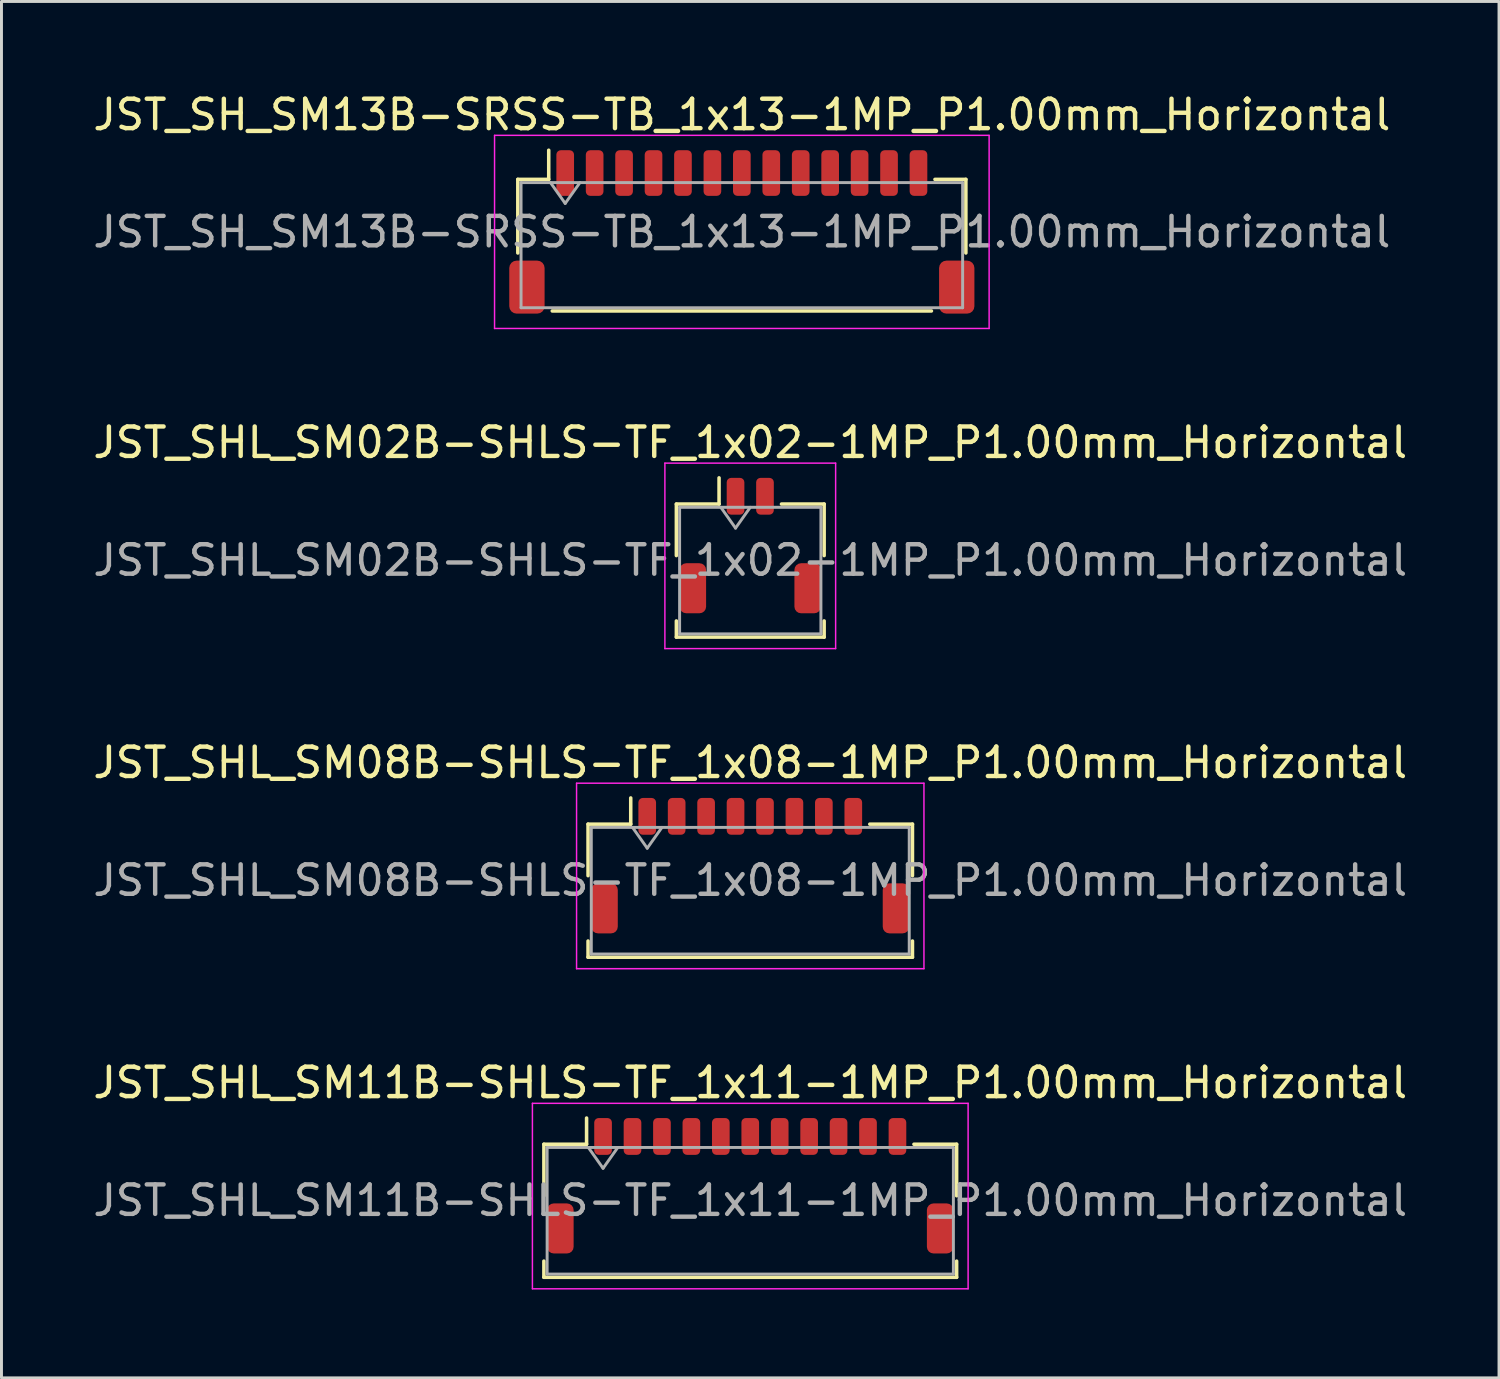
<source format=kicad_pcb>
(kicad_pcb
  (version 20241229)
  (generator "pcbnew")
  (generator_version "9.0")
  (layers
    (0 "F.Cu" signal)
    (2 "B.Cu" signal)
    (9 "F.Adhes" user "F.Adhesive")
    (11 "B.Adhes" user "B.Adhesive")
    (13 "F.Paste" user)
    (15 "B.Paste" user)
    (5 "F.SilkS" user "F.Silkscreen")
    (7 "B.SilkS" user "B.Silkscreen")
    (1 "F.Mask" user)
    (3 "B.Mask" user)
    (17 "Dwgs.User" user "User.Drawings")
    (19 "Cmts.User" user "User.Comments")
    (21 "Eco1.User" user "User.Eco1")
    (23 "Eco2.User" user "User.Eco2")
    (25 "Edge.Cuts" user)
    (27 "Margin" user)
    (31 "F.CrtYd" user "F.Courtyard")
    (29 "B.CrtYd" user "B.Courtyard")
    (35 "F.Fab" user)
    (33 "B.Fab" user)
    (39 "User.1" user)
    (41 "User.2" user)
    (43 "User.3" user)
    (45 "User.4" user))
  (footprint "JST_SHL_SM02B-SHLS-TF_1x02-1MP_P1.00mm_Horizontal"
    (layer "F.Cu")
    (at 22.435 15.482)
    (property "Reference" "JST_SHL_SM02B-SHLS-TF_1x02-1MP_P1.00mm_Horizontal" (at 0 -3.5 0) (layer "F.SilkS") (effects (font (size 1 1) (thickness 0.15))))
    (attr smd)
    (fp_line (start -2.51 -1.41) (end -1.06 -1.41) (stroke (width 0.12) (type solid)) (layer "F.SilkS"))
    (fp_line (start -2.51 0.34) (end -2.51 -1.41) (stroke (width 0.12) (type solid)) (layer "F.SilkS"))
    (fp_line (start -2.51 2.56) (end -2.51 3.11) (stroke (width 0.12) (type solid)) (layer "F.SilkS"))
    (fp_line (start -2.51 3.11) (end 2.51 3.11) (stroke (width 0.12) (type solid)) (layer "F.SilkS"))
    (fp_line (start -1.06 -1.41) (end -1.06 -2.3) (stroke (width 0.12) (type solid)) (layer "F.SilkS"))
    (fp_line (start 2.51 -1.41) (end 1.06 -1.41) (stroke (width 0.12) (type solid)) (layer "F.SilkS"))
    (fp_line (start 2.51 0.34) (end 2.51 -1.41) (stroke (width 0.12) (type solid)) (layer "F.SilkS"))
    (fp_line (start 2.51 3.11) (end 2.51 2.56) (stroke (width 0.12) (type solid)) (layer "F.SilkS"))
    (fp_line (start -2.9 -2.8) (end -2.9 3.5) (stroke (width 0.05) (type solid)) (layer "F.CrtYd"))
    (fp_line (start -2.9 3.5) (end 2.9 3.5) (stroke (width 0.05) (type solid)) (layer "F.CrtYd"))
    (fp_line (start 2.9 -2.8) (end -2.9 -2.8) (stroke (width 0.05) (type solid)) (layer "F.CrtYd"))
    (fp_line (start 2.9 3.5) (end 2.9 -2.8) (stroke (width 0.05) (type solid)) (layer "F.CrtYd"))
    (fp_line (start -2.4 -1.3) (end -2.4 3) (stroke (width 0.1) (type solid)) (layer "F.Fab"))
    (fp_line (start -2.4 -1.3) (end 2.4 -1.3) (stroke (width 0.1) (type solid)) (layer "F.Fab"))
    (fp_line (start -2.4 3) (end 2.4 3) (stroke (width 0.1) (type solid)) (layer "F.Fab"))
    (fp_line (start -1 -1.3) (end -0.5 -0.593) (stroke (width 0.1) (type solid)) (layer "F.Fab"))
    (fp_line (start -0.5 -0.593) (end 0 -1.3) (stroke (width 0.1) (type solid)) (layer "F.Fab"))
    (fp_line (start 2.4 -1.3) (end 2.4 3) (stroke (width 0.1) (type solid)) (layer "F.Fab"))
    (fp_text user "${REFERENCE}" (at 0 0.5 0) (layer "F.Fab") (effects (font (size 1 1) (thickness 0.15))))
    (pad "1" smd roundrect (at -0.5 -1.675) (size 0.6 1.25) (layers "F.Cu" "F.Mask" "F.Paste") (roundrect_rratio 0.25))
    (pad "2" smd roundrect (at 0.5 -1.675) (size 0.6 1.25) (layers "F.Cu" "F.Mask" "F.Paste") (roundrect_rratio 0.25))
    (pad "MP" smd roundrect (at -1.95 1.45) (size 0.9 1.7) (layers "F.Cu" "F.Mask" "F.Paste") (roundrect_rratio 0.25))
    (pad "MP" smd roundrect (at 1.95 1.45) (size 0.9 1.7) (layers "F.Cu" "F.Mask" "F.Paste") (roundrect_rratio 0.25)))
  (footprint "JST_SHL_SM11B-SHLS-TF_1x11-1MP_P1.00mm_Horizontal"
    (layer "F.Cu")
    (at 22.435 37.228)
    (property "Reference" "JST_SHL_SM11B-SHLS-TF_1x11-1MP_P1.00mm_Horizontal" (at 0 -3.5 0) (layer "F.SilkS") (effects (font (size 1 1) (thickness 0.15))))
    (attr smd)
    (fp_line (start -7.01 -1.41) (end -5.56 -1.41) (stroke (width 0.12) (type solid)) (layer "F.SilkS"))
    (fp_line (start -7.01 0.34) (end -7.01 -1.41) (stroke (width 0.12) (type solid)) (layer "F.SilkS"))
    (fp_line (start -7.01 2.56) (end -7.01 3.11) (stroke (width 0.12) (type solid)) (layer "F.SilkS"))
    (fp_line (start -7.01 3.11) (end 7.01 3.11) (stroke (width 0.12) (type solid)) (layer "F.SilkS"))
    (fp_line (start -5.56 -1.41) (end -5.56 -2.3) (stroke (width 0.12) (type solid)) (layer "F.SilkS"))
    (fp_line (start 7.01 -1.41) (end 5.56 -1.41) (stroke (width 0.12) (type solid)) (layer "F.SilkS"))
    (fp_line (start 7.01 0.34) (end 7.01 -1.41) (stroke (width 0.12) (type solid)) (layer "F.SilkS"))
    (fp_line (start 7.01 3.11) (end 7.01 2.56) (stroke (width 0.12) (type solid)) (layer "F.SilkS"))
    (fp_line (start -7.4 -2.8) (end -7.4 3.5) (stroke (width 0.05) (type solid)) (layer "F.CrtYd"))
    (fp_line (start -7.4 3.5) (end 7.4 3.5) (stroke (width 0.05) (type solid)) (layer "F.CrtYd"))
    (fp_line (start 7.4 -2.8) (end -7.4 -2.8) (stroke (width 0.05) (type solid)) (layer "F.CrtYd"))
    (fp_line (start 7.4 3.5) (end 7.4 -2.8) (stroke (width 0.05) (type solid)) (layer "F.CrtYd"))
    (fp_line (start -6.9 -1.3) (end -6.9 3) (stroke (width 0.1) (type solid)) (layer "F.Fab"))
    (fp_line (start -6.9 -1.3) (end 6.9 -1.3) (stroke (width 0.1) (type solid)) (layer "F.Fab"))
    (fp_line (start -6.9 3) (end 6.9 3) (stroke (width 0.1) (type solid)) (layer "F.Fab"))
    (fp_line (start -5.5 -1.3) (end -5 -0.593) (stroke (width 0.1) (type solid)) (layer "F.Fab"))
    (fp_line (start -5 -0.593) (end -4.5 -1.3) (stroke (width 0.1) (type solid)) (layer "F.Fab"))
    (fp_line (start 6.9 -1.3) (end 6.9 3) (stroke (width 0.1) (type solid)) (layer "F.Fab"))
    (fp_text user "${REFERENCE}" (at 0 0.5 0) (layer "F.Fab") (effects (font (size 1 1) (thickness 0.15))))
    (pad "1" smd roundrect (at -5 -1.675) (size 0.6 1.25) (layers "F.Cu" "F.Mask" "F.Paste") (roundrect_rratio 0.25))
    (pad "2" smd roundrect (at -4 -1.675) (size 0.6 1.25) (layers "F.Cu" "F.Mask" "F.Paste") (roundrect_rratio 0.25))
    (pad "3" smd roundrect (at -3 -1.675) (size 0.6 1.25) (layers "F.Cu" "F.Mask" "F.Paste") (roundrect_rratio 0.25))
    (pad "4" smd roundrect (at -2 -1.675) (size 0.6 1.25) (layers "F.Cu" "F.Mask" "F.Paste") (roundrect_rratio 0.25))
    (pad "5" smd roundrect (at -1 -1.675) (size 0.6 1.25) (layers "F.Cu" "F.Mask" "F.Paste") (roundrect_rratio 0.25))
    (pad "6" smd roundrect (at 0 -1.675) (size 0.6 1.25) (layers "F.Cu" "F.Mask" "F.Paste") (roundrect_rratio 0.25))
    (pad "7" smd roundrect (at 1 -1.675) (size 0.6 1.25) (layers "F.Cu" "F.Mask" "F.Paste") (roundrect_rratio 0.25))
    (pad "8" smd roundrect (at 2 -1.675) (size 0.6 1.25) (layers "F.Cu" "F.Mask" "F.Paste") (roundrect_rratio 0.25))
    (pad "9" smd roundrect (at 3 -1.675) (size 0.6 1.25) (layers "F.Cu" "F.Mask" "F.Paste") (roundrect_rratio 0.25))
    (pad "10" smd roundrect (at 4 -1.675) (size 0.6 1.25) (layers "F.Cu" "F.Mask" "F.Paste") (roundrect_rratio 0.25))
    (pad "11" smd roundrect (at 5 -1.675) (size 0.6 1.25) (layers "F.Cu" "F.Mask" "F.Paste") (roundrect_rratio 0.25))
    (pad "MP" smd roundrect (at -6.45 1.45) (size 0.9 1.7) (layers "F.Cu" "F.Mask" "F.Paste") (roundrect_rratio 0.25))
    (pad "MP" smd roundrect (at 6.45 1.45) (size 0.9 1.7) (layers "F.Cu" "F.Mask" "F.Paste") (roundrect_rratio 0.25)))
  (footprint "JST_SH_SM13B-SRSS-TB_1x13-1MP_P1.00mm_Horizontal"
    (layer "F.Cu")
    (at 22.149 4.828)
    (property "Reference" "JST_SH_SM13B-SRSS-TB_1x13-1MP_P1.00mm_Horizontal" (at 0 -3.98 0) (layer "F.SilkS") (effects (font (size 1 1) (thickness 0.15))))
    (attr smd)
    (fp_line (start -7.61 -1.785) (end -6.56 -1.785) (stroke (width 0.12) (type solid)) (layer "F.SilkS"))
    (fp_line (start -7.61 0.715) (end -7.61 -1.785) (stroke (width 0.12) (type solid)) (layer "F.SilkS"))
    (fp_line (start -6.56 -1.785) (end -6.56 -2.775) (stroke (width 0.12) (type solid)) (layer "F.SilkS"))
    (fp_line (start -6.44 2.685) (end 6.44 2.685) (stroke (width 0.12) (type solid)) (layer "F.SilkS"))
    (fp_line (start 7.61 -1.785) (end 6.56 -1.785) (stroke (width 0.12) (type solid)) (layer "F.SilkS"))
    (fp_line (start 7.61 0.715) (end 7.61 -1.785) (stroke (width 0.12) (type solid)) (layer "F.SilkS"))
    (fp_line (start -8.4 -3.28) (end -8.4 3.28) (stroke (width 0.05) (type solid)) (layer "F.CrtYd"))
    (fp_line (start -8.4 3.28) (end 8.4 3.28) (stroke (width 0.05) (type solid)) (layer "F.CrtYd"))
    (fp_line (start 8.4 -3.28) (end -8.4 -3.28) (stroke (width 0.05) (type solid)) (layer "F.CrtYd"))
    (fp_line (start 8.4 3.28) (end 8.4 -3.28) (stroke (width 0.05) (type solid)) (layer "F.CrtYd"))
    (fp_line (start -7.5 -1.675) (end -7.5 2.575) (stroke (width 0.1) (type solid)) (layer "F.Fab"))
    (fp_line (start -7.5 -1.675) (end 7.5 -1.675) (stroke (width 0.1) (type solid)) (layer "F.Fab"))
    (fp_line (start -7.5 2.575) (end 7.5 2.575) (stroke (width 0.1) (type solid)) (layer "F.Fab"))
    (fp_line (start -6.5 -1.675) (end -6 -0.968) (stroke (width 0.1) (type solid)) (layer "F.Fab"))
    (fp_line (start -6 -0.968) (end -5.5 -1.675) (stroke (width 0.1) (type solid)) (layer "F.Fab"))
    (fp_line (start 7.5 -1.675) (end 7.5 2.575) (stroke (width 0.1) (type solid)) (layer "F.Fab"))
    (fp_text user "${REFERENCE}" (at 0 0 0) (layer "F.Fab") (effects (font (size 1 1) (thickness 0.15))))
    (pad "1" smd roundrect (at -6 -2) (size 0.6 1.55) (layers "F.Cu" "F.Mask" "F.Paste") (roundrect_rratio 0.25))
    (pad "2" smd roundrect (at -5 -2) (size 0.6 1.55) (layers "F.Cu" "F.Mask" "F.Paste") (roundrect_rratio 0.25))
    (pad "3" smd roundrect (at -4 -2) (size 0.6 1.55) (layers "F.Cu" "F.Mask" "F.Paste") (roundrect_rratio 0.25))
    (pad "4" smd roundrect (at -3 -2) (size 0.6 1.55) (layers "F.Cu" "F.Mask" "F.Paste") (roundrect_rratio 0.25))
    (pad "5" smd roundrect (at -2 -2) (size 0.6 1.55) (layers "F.Cu" "F.Mask" "F.Paste") (roundrect_rratio 0.25))
    (pad "6" smd roundrect (at -1 -2) (size 0.6 1.55) (layers "F.Cu" "F.Mask" "F.Paste") (roundrect_rratio 0.25))
    (pad "7" smd roundrect (at 0 -2) (size 0.6 1.55) (layers "F.Cu" "F.Mask" "F.Paste") (roundrect_rratio 0.25))
    (pad "8" smd roundrect (at 1 -2) (size 0.6 1.55) (layers "F.Cu" "F.Mask" "F.Paste") (roundrect_rratio 0.25))
    (pad "9" smd roundrect (at 2 -2) (size 0.6 1.55) (layers "F.Cu" "F.Mask" "F.Paste") (roundrect_rratio 0.25))
    (pad "10" smd roundrect (at 3 -2) (size 0.6 1.55) (layers "F.Cu" "F.Mask" "F.Paste") (roundrect_rratio 0.25))
    (pad "11" smd roundrect (at 4 -2) (size 0.6 1.55) (layers "F.Cu" "F.Mask" "F.Paste") (roundrect_rratio 0.25))
    (pad "12" smd roundrect (at 5 -2) (size 0.6 1.55) (layers "F.Cu" "F.Mask" "F.Paste") (roundrect_rratio 0.25))
    (pad "13" smd roundrect (at 6 -2) (size 0.6 1.55) (layers "F.Cu" "F.Mask" "F.Paste") (roundrect_rratio 0.25))
    (pad "MP" smd roundrect (at -7.3 1.875) (size 1.2 1.8) (layers "F.Cu" "F.Mask" "F.Paste") (roundrect_rratio 0.208))
    (pad "MP" smd roundrect (at 7.3 1.875) (size 1.2 1.8) (layers "F.Cu" "F.Mask" "F.Paste") (roundrect_rratio 0.208)))
  (footprint "JST_SHL_SM08B-SHLS-TF_1x08-1MP_P1.00mm_Horizontal"
    (layer "F.Cu")
    (at 22.435 26.355)
    (property "Reference" "JST_SHL_SM08B-SHLS-TF_1x08-1MP_P1.00mm_Horizontal" (at 0 -3.5 0) (layer "F.SilkS") (effects (font (size 1 1) (thickness 0.15))))
    (attr smd)
    (fp_line (start -5.51 -1.41) (end -4.06 -1.41) (stroke (width 0.12) (type solid)) (layer "F.SilkS"))
    (fp_line (start -5.51 0.34) (end -5.51 -1.41) (stroke (width 0.12) (type solid)) (layer "F.SilkS"))
    (fp_line (start -5.51 2.56) (end -5.51 3.11) (stroke (width 0.12) (type solid)) (layer "F.SilkS"))
    (fp_line (start -5.51 3.11) (end 5.51 3.11) (stroke (width 0.12) (type solid)) (layer "F.SilkS"))
    (fp_line (start -4.06 -1.41) (end -4.06 -2.3) (stroke (width 0.12) (type solid)) (layer "F.SilkS"))
    (fp_line (start 5.51 -1.41) (end 4.06 -1.41) (stroke (width 0.12) (type solid)) (layer "F.SilkS"))
    (fp_line (start 5.51 0.34) (end 5.51 -1.41) (stroke (width 0.12) (type solid)) (layer "F.SilkS"))
    (fp_line (start 5.51 3.11) (end 5.51 2.56) (stroke (width 0.12) (type solid)) (layer "F.SilkS"))
    (fp_line (start -5.9 -2.8) (end -5.9 3.5) (stroke (width 0.05) (type solid)) (layer "F.CrtYd"))
    (fp_line (start -5.9 3.5) (end 5.9 3.5) (stroke (width 0.05) (type solid)) (layer "F.CrtYd"))
    (fp_line (start 5.9 -2.8) (end -5.9 -2.8) (stroke (width 0.05) (type solid)) (layer "F.CrtYd"))
    (fp_line (start 5.9 3.5) (end 5.9 -2.8) (stroke (width 0.05) (type solid)) (layer "F.CrtYd"))
    (fp_line (start -5.4 -1.3) (end -5.4 3) (stroke (width 0.1) (type solid)) (layer "F.Fab"))
    (fp_line (start -5.4 -1.3) (end 5.4 -1.3) (stroke (width 0.1) (type solid)) (layer "F.Fab"))
    (fp_line (start -5.4 3) (end 5.4 3) (stroke (width 0.1) (type solid)) (layer "F.Fab"))
    (fp_line (start -4 -1.3) (end -3.5 -0.593) (stroke (width 0.1) (type solid)) (layer "F.Fab"))
    (fp_line (start -3.5 -0.593) (end -3 -1.3) (stroke (width 0.1) (type solid)) (layer "F.Fab"))
    (fp_line (start 5.4 -1.3) (end 5.4 3) (stroke (width 0.1) (type solid)) (layer "F.Fab"))
    (fp_text user "${REFERENCE}" (at 0 0.5 0) (layer "F.Fab") (effects (font (size 1 1) (thickness 0.15))))
    (pad "1" smd roundrect (at -3.5 -1.675) (size 0.6 1.25) (layers "F.Cu" "F.Mask" "F.Paste") (roundrect_rratio 0.25))
    (pad "2" smd roundrect (at -2.5 -1.675) (size 0.6 1.25) (layers "F.Cu" "F.Mask" "F.Paste") (roundrect_rratio 0.25))
    (pad "3" smd roundrect (at -1.5 -1.675) (size 0.6 1.25) (layers "F.Cu" "F.Mask" "F.Paste") (roundrect_rratio 0.25))
    (pad "4" smd roundrect (at -0.5 -1.675) (size 0.6 1.25) (layers "F.Cu" "F.Mask" "F.Paste") (roundrect_rratio 0.25))
    (pad "5" smd roundrect (at 0.5 -1.675) (size 0.6 1.25) (layers "F.Cu" "F.Mask" "F.Paste") (roundrect_rratio 0.25))
    (pad "6" smd roundrect (at 1.5 -1.675) (size 0.6 1.25) (layers "F.Cu" "F.Mask" "F.Paste") (roundrect_rratio 0.25))
    (pad "7" smd roundrect (at 2.5 -1.675) (size 0.6 1.25) (layers "F.Cu" "F.Mask" "F.Paste") (roundrect_rratio 0.25))
    (pad "8" smd roundrect (at 3.5 -1.675) (size 0.6 1.25) (layers "F.Cu" "F.Mask" "F.Paste") (roundrect_rratio 0.25))
    (pad "MP" smd roundrect (at -4.95 1.45) (size 0.9 1.7) (layers "F.Cu" "F.Mask" "F.Paste") (roundrect_rratio 0.25))
    (pad "MP" smd roundrect (at 4.95 1.45) (size 0.9 1.7) (layers "F.Cu" "F.Mask" "F.Paste") (roundrect_rratio 0.25)))
  (gr_rect
    (start -3 -3)
    (end 47.869 43.753)
    (stroke (width 0.1) (type default))
    (fill no)
    (layer "Edge.Cuts")))
</source>
